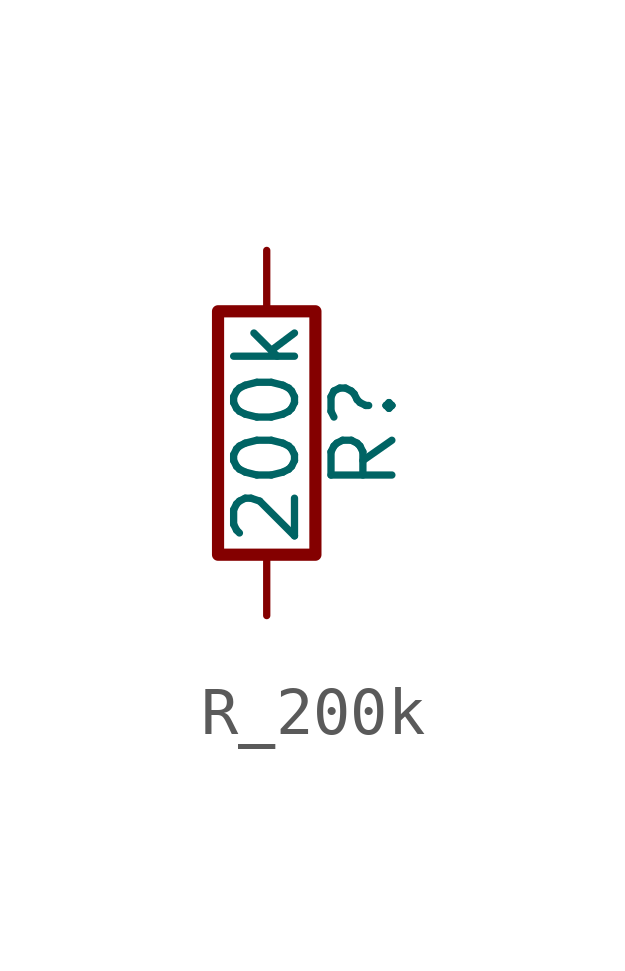
<source format=kicad_sym>
(kicad_symbol_lib
  (version 20231120)
  (generator "kicad_symbol_editor")
  (generator_version "8.0")
  (symbol "R_200k"
    (pin_numbers hide)
    (pin_names
      (offset 0))
    (property "Reference" "R"
      (at 2.032 0 90)
      (effects (font (size 1.27 1.27))))
    (property "Value" "200k"
      (at 0 0 90)
      (effects (font (size 1.27 1.27))))
    (symbol "R_200k_0_1"
      (rectangle (start -1.016 -2.54) (end 1.016 2.54) (stroke (width 0.254) (type default)) (fill (type none))))
    (symbol "R_200k_1_1"
      (pin passive line (at 0 3.81 270) (length 1.27) (name "~" (effects (font (size 1.27 1.27)))) (number "1" (effects (font (size 1.27 1.27)))))
      (pin passive line (at 0 -3.81 90) (length 1.27) (name "~" (effects (font (size 1.27 1.27)))) (number "2" (effects (font (size 1.27 1.27))))))))
</source>
